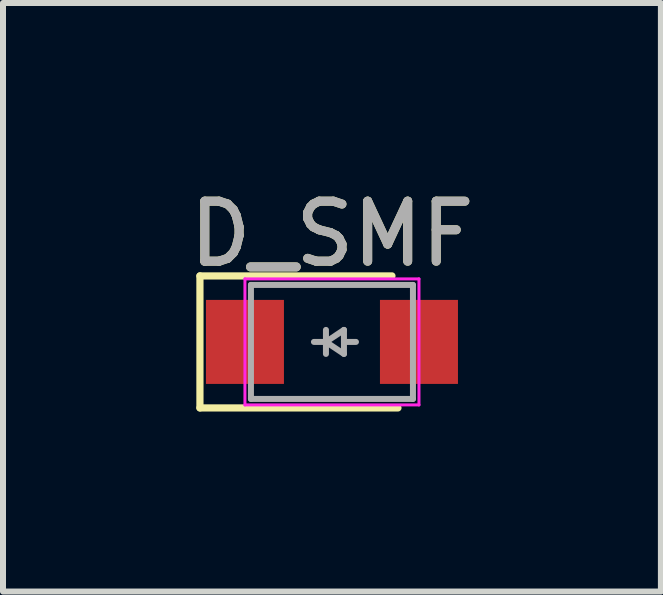
<source format=kicad_pcb>
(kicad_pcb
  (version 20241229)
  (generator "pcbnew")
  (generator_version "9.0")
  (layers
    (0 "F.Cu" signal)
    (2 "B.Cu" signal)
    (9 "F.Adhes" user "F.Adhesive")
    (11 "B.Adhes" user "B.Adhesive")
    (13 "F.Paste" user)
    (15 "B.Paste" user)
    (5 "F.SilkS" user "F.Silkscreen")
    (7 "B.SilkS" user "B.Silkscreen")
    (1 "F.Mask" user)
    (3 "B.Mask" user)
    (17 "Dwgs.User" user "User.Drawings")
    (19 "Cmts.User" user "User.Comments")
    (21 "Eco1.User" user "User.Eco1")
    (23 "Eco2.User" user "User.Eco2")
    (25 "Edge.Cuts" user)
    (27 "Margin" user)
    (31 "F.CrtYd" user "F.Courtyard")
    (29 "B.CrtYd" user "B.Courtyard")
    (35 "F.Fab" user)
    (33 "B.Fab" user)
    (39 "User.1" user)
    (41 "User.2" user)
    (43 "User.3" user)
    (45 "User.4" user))
  (footprint "D_SMF"
    (layer "F.Cu")
    (at 2.482 2.648)
    (property "Reference" "D_SMF" (at 0 -1.8 0) (layer "F.SilkS") (effects (font (size 1 1) (thickness 0.15))))
    (attr smd)
    (fp_line (start -2.2 -1.1) (end -2.2 1.1) (stroke (width 0.12) (type solid)) (layer "F.SilkS"))
    (fp_line (start -2.2 -1.1) (end 1 -1.1) (stroke (width 0.12) (type solid)) (layer "F.SilkS"))
    (fp_line (start -2.2 1.1) (end 1.1 1.1) (stroke (width 0.12) (type solid)) (layer "F.SilkS"))
    (fp_line (start -1.45 -1.05) (end 1.45 -1.05) (stroke (width 0.05) (type solid)) (layer "F.CrtYd"))
    (fp_line (start -1.45 1.05) (end -1.45 -1.05) (stroke (width 0.05) (type solid)) (layer "F.CrtYd"))
    (fp_line (start 1.45 -1.05) (end 1.45 1.05) (stroke (width 0.05) (type solid)) (layer "F.CrtYd"))
    (fp_line (start 1.45 1.05) (end -1.45 1.05) (stroke (width 0.05) (type solid)) (layer "F.CrtYd"))
    (fp_line (start -1.35 -0.95) (end 1.35 -0.95) (stroke (width 0.1) (type solid)) (layer "F.Fab"))
    (fp_line (start -1.35 0.95) (end -1.35 -0.95) (stroke (width 0.1) (type solid)) (layer "F.Fab"))
    (fp_line (start -0.1 -0.2) (end -0.1 0.2) (stroke (width 0.1) (type solid)) (layer "F.Fab"))
    (fp_line (start -0.1 0) (end -0.3 0) (stroke (width 0.1) (type solid)) (layer "F.Fab"))
    (fp_line (start -0.1 0) (end 0.2 0.2) (stroke (width 0.1) (type solid)) (layer "F.Fab"))
    (fp_line (start 0.2 -0.2) (end -0.1 0) (stroke (width 0.1) (type solid)) (layer "F.Fab"))
    (fp_line (start 0.2 0) (end 0.4 0) (stroke (width 0.1) (type solid)) (layer "F.Fab"))
    (fp_line (start 0.2 0.2) (end 0.2 -0.2) (stroke (width 0.1) (type solid)) (layer "F.Fab"))
    (fp_line (start 1.35 -0.95) (end 1.35 0.95) (stroke (width 0.1) (type solid)) (layer "F.Fab"))
    (fp_line (start 1.35 0.95) (end -1.35 0.95) (stroke (width 0.1) (type solid)) (layer "F.Fab"))
    (fp_text user "${REFERENCE}" (at 0 -1.8 0) (layer "F.Fab") (effects (font (size 1 1) (thickness 0.15))))
    (pad "1" smd rect (at -1.45 0) (size 1.3 1.4) (layers "F.Cu" "F.Mask" "F.Paste"))
    (pad "2" smd rect (at 1.45 0) (size 1.3 1.4) (layers "F.Cu" "F.Mask" "F.Paste")))
  (gr_rect
    (start -3 -3)
    (end 7.964 6.808)
    (stroke (width 0.1) (type default))
    (fill no)
    (layer "Edge.Cuts")))
</source>
